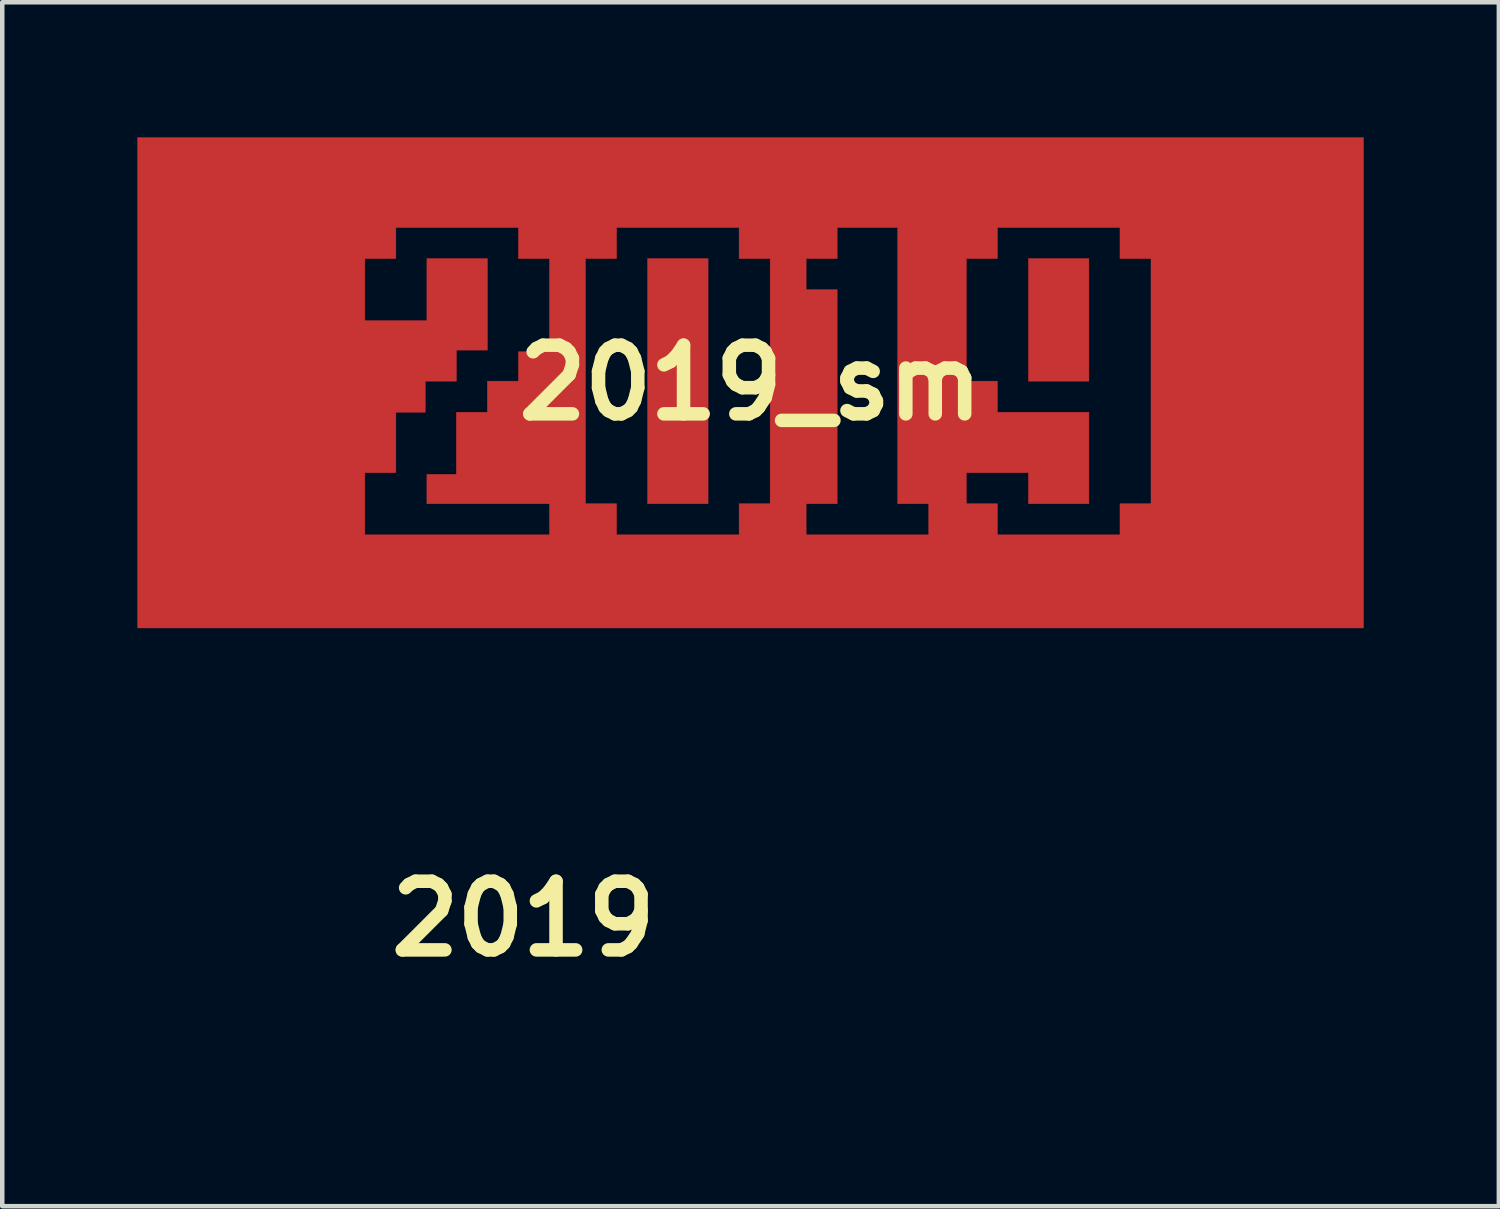
<source format=kicad_pcb>
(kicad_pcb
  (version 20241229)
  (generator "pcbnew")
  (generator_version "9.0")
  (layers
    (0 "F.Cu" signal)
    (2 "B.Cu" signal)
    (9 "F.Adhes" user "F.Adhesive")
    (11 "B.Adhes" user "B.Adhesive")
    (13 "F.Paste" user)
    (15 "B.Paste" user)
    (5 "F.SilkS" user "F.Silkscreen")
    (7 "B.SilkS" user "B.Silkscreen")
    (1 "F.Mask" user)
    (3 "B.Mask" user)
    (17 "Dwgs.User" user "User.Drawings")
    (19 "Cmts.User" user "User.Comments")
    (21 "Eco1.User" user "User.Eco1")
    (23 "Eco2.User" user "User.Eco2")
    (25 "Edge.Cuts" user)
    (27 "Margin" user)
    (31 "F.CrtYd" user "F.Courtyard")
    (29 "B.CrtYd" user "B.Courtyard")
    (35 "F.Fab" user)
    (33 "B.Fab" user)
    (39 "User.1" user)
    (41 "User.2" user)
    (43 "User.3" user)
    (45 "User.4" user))
  (footprint "2019"
    (layer "F.Cu")
    (at 8.568 17.348)
    (property "Reference" "2019" (at 0 0 0) (layer "F.SilkS") (effects (font (size 1.524 1.524) (thickness 0.3))))
    (attr through_hole)
    (fp_poly (pts (xy 3.266 2.685) (xy 3.955 2.685) (xy 3.955 3.375) (xy 1.234 3.375) (xy 1.234 2.685) (xy 1.923 2.685) (xy 1.923 -2.068) (xy 1.234 -2.068) (xy 1.234 -2.758) (xy 1.923 -2.758) (xy 1.923 -3.447) (xy 3.266 -3.447) (xy 3.266 2.685)) (stroke (width 0.01) (type solid)) (fill yes) (layer "F.Mask"))
    (fp_poly (pts (xy -0.254 -2.758) (xy 0.435 -2.758) (xy 0.435 2.685) (xy -0.254 2.685) (xy -0.254 3.375) (xy -2.975 3.375) (xy -2.975 2.685) (xy -3.665 2.685) (xy -3.665 -2.758) (xy -2.975 -2.758) (xy -2.286 -2.758) (xy -2.286 2.685) (xy -0.943 2.685) (xy -0.943 -2.758) (xy -2.286 -2.758) (xy -2.975 -2.758) (xy -2.975 -3.447) (xy -0.254 -3.447) (xy -0.254 -2.758)) (stroke (width 0.01) (type solid)) (fill yes) (layer "F.Mask"))
    (fp_poly (pts (xy 8.201 -2.758) (xy 8.89 -2.758) (xy 8.89 2.685) (xy 8.201 2.685) (xy 8.201 3.375) (xy 5.479 3.375) (xy 5.479 2.685) (xy 4.79 2.685) (xy 4.79 1.996) (xy 6.169 1.996) (xy 6.169 2.685) (xy 7.511 2.685) (xy 7.511 0.653) (xy 5.479 0.653) (xy 5.479 -0.036) (xy 4.79 -0.036) (xy 4.79 -2.758) (xy 5.479 -2.758) (xy 6.169 -2.758) (xy 6.169 -0.036) (xy 7.511 -0.036) (xy 7.511 -2.758) (xy 6.169 -2.758) (xy 5.479 -2.758) (xy 5.479 -3.447) (xy 8.201 -3.447) (xy 8.201 -2.758)) (stroke (width 0.01) (type solid)) (fill yes) (layer "F.Mask"))
    (fp_poly (pts (xy -5.153 -2.758) (xy -4.463 -2.758) (xy -4.463 -0.689) (xy -5.153 -0.689) (xy -5.153 -0.036) (xy -5.842 -0.036) (xy -5.842 0.653) (xy -6.531 0.653) (xy -6.531 2.032) (xy -7.185 2.032) (xy -7.185 2.685) (xy -4.463 2.685) (xy -4.463 3.375) (xy -8.563 3.375) (xy -8.563 1.996) (xy -7.874 1.996) (xy -7.874 0.653) (xy -7.221 0.653) (xy -7.221 -0.036) (xy -6.531 -0.036) (xy -6.531 -0.726) (xy -5.842 -0.726) (xy -5.842 -2.758) (xy -7.185 -2.758) (xy -7.185 -1.379) (xy -8.563 -1.379) (xy -8.563 -2.758) (xy -7.874 -2.758) (xy -7.874 -3.447) (xy -5.153 -3.447) (xy -5.153 -2.758)) (stroke (width 0.01) (type solid)) (fill yes) (layer "F.Mask")))
  (footprint "2019_sm"
    (layer "F.Cu")
    (at 13.612 5.448)
    (property "Reference" "2019_sm" (at 0 0 0) (layer "F.SilkS") (effects (font (size 1.524 1.524) (thickness 0.3))))
    (attr through_hole)
    (fp_poly (pts (xy -0.943 2.685) (xy -2.286 2.685) (xy -2.286 -2.758) (xy -0.943 -2.758) (xy -0.943 2.685)) (stroke (width 0.01) (type solid)) (fill yes) (layer "F.Cu"))
    (fp_poly (pts (xy 7.511 -0.036) (xy 6.169 -0.036) (xy 6.169 -2.758) (xy 7.511 -2.758) (xy 7.511 -0.036)) (stroke (width 0.01) (type solid)) (fill yes) (layer "F.Cu"))
    (fp_poly (pts (xy 13.607 5.443) (xy -13.607 5.443) (xy -13.607 -2.758) (xy -8.563 -2.758) (xy -8.563 -1.379) (xy -7.185 -1.379) (xy -7.185 -2.758) (xy -5.842 -2.758) (xy -5.842 -0.726) (xy -6.531 -0.726) (xy -6.531 -0.036) (xy -7.221 -0.036) (xy -7.221 0.653) (xy -7.874 0.653) (xy -7.874 1.996) (xy -8.563 1.996) (xy -8.563 3.375) (xy -4.463 3.375) (xy -4.463 2.685) (xy -7.185 2.685) (xy -7.185 2.032) (xy -6.531 2.032) (xy -6.531 0.653) (xy -5.842 0.653) (xy -5.842 -0.036) (xy -5.153 -0.036) (xy -5.153 -0.689) (xy -4.463 -0.689) (xy -4.463 -2.758) (xy -3.665 -2.758) (xy -3.665 2.685) (xy -2.975 2.685) (xy -2.975 3.375) (xy -0.254 3.375) (xy -0.254 2.685) (xy 0.435 2.685) (xy 0.435 -2.758) (xy 1.234 -2.758) (xy 1.234 -2.068) (xy 1.923 -2.068) (xy 1.923 2.685) (xy 1.234 2.685) (xy 1.234 3.375) (xy 3.955 3.375) (xy 3.955 2.685) (xy 3.266 2.685) (xy 3.266 -2.758) (xy 4.79 -2.758) (xy 4.79 -0.036) (xy 5.479 -0.036) (xy 5.479 0.653) (xy 7.511 0.653) (xy 7.511 2.685) (xy 6.169 2.685) (xy 6.169 1.996) (xy 4.79 1.996) (xy 4.79 2.685) (xy 5.479 2.685) (xy 5.479 3.375) (xy 8.201 3.375) (xy 8.201 2.685) (xy 8.89 2.685) (xy 8.89 -2.758) (xy 8.201 -2.758) (xy 8.201 -3.447) (xy 5.479 -3.447) (xy 5.479 -2.758) (xy 4.79 -2.758) (xy 3.266 -2.758) (xy 3.266 -3.447) (xy 1.923 -3.447) (xy 1.923 -2.758) (xy 1.234 -2.758) (xy 0.435 -2.758) (xy -0.254 -2.758) (xy -0.254 -3.447) (xy -2.975 -3.447) (xy -2.975 -2.758) (xy -3.665 -2.758) (xy -4.463 -2.758) (xy -5.153 -2.758) (xy -5.153 -3.447) (xy -7.874 -3.447) (xy -7.874 -2.758) (xy -8.563 -2.758) (xy -13.607 -2.758) (xy -13.607 -5.443) (xy 13.607 -5.443) (xy 13.607 5.443)) (stroke (width 0.01) (type solid)) (fill yes) (layer "F.Cu")))
  (gr_rect
    (start -3 -3)
    (end 30.224 23.727)
    (stroke (width 0.1) (type default))
    (fill no)
    (layer "Edge.Cuts")))
</source>
